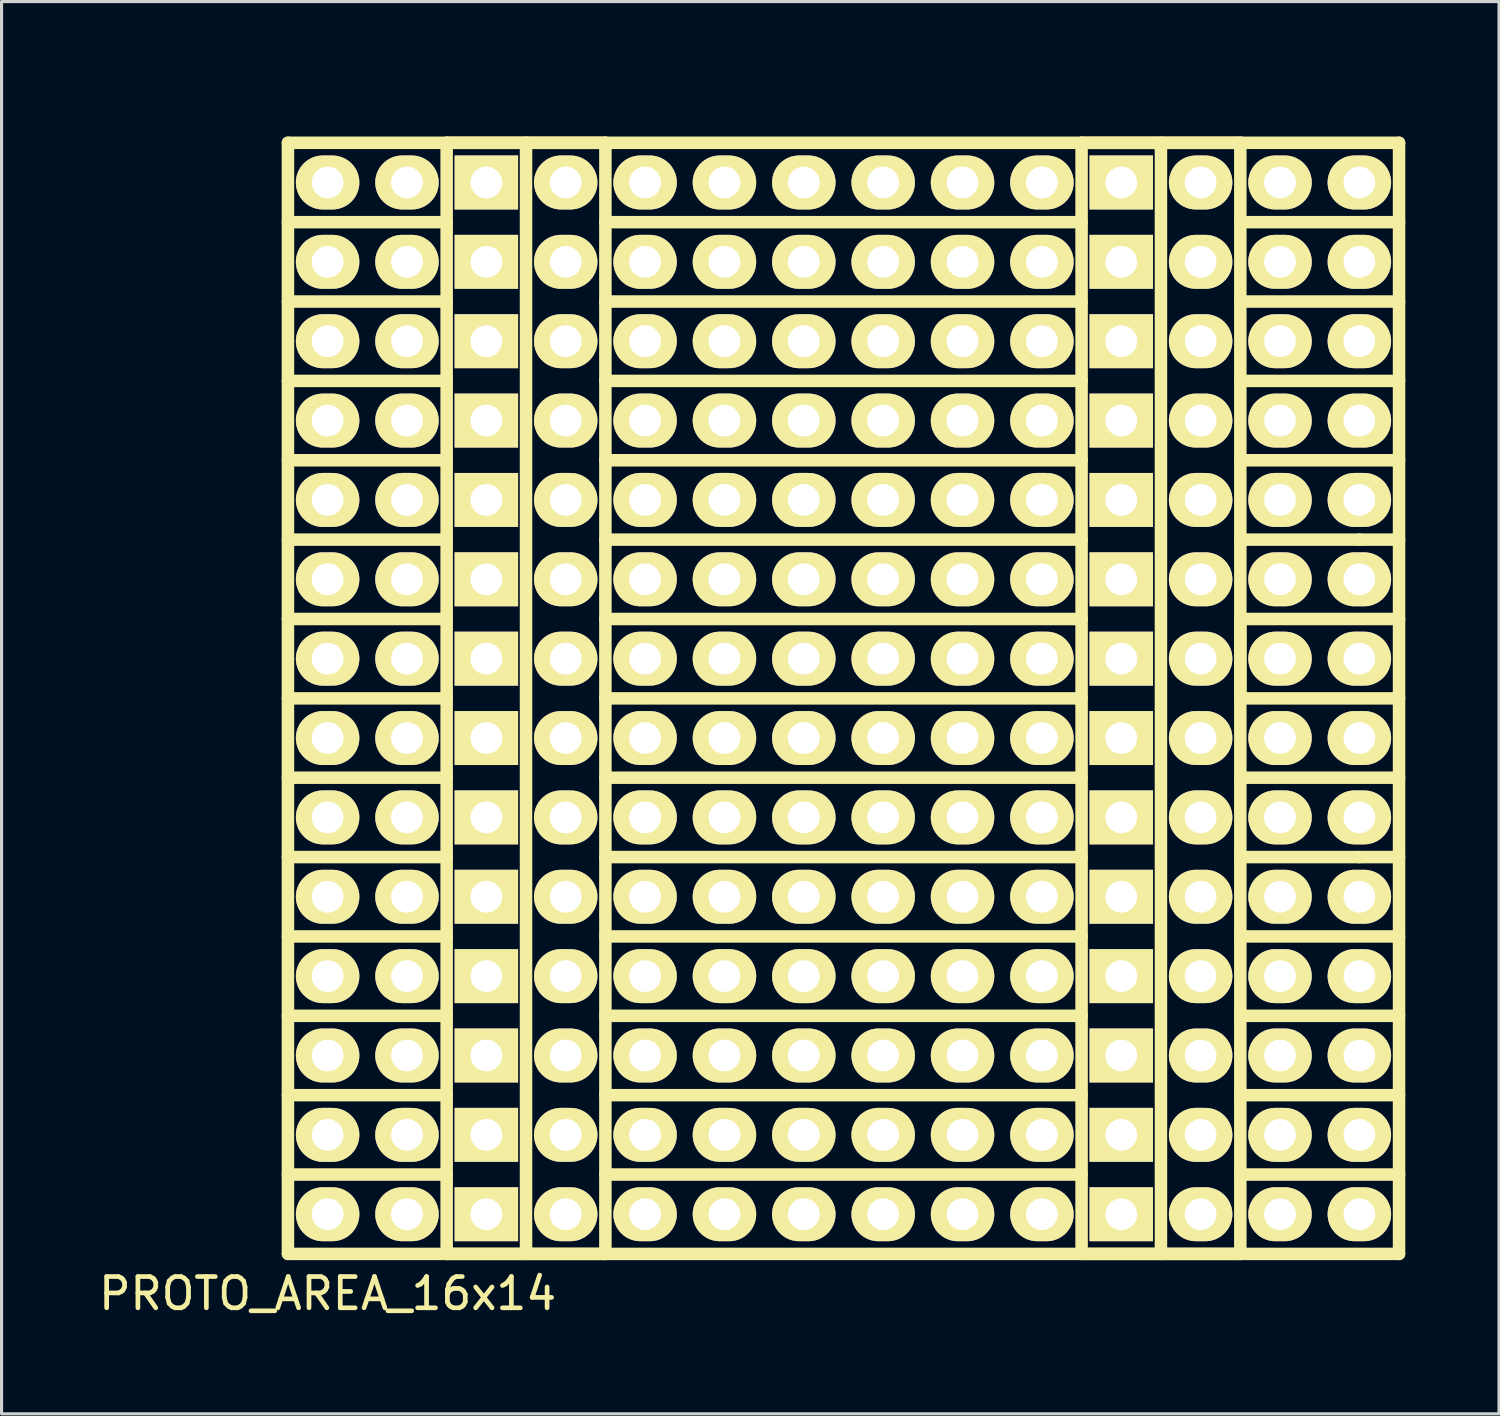
<source format=kicad_pcb>
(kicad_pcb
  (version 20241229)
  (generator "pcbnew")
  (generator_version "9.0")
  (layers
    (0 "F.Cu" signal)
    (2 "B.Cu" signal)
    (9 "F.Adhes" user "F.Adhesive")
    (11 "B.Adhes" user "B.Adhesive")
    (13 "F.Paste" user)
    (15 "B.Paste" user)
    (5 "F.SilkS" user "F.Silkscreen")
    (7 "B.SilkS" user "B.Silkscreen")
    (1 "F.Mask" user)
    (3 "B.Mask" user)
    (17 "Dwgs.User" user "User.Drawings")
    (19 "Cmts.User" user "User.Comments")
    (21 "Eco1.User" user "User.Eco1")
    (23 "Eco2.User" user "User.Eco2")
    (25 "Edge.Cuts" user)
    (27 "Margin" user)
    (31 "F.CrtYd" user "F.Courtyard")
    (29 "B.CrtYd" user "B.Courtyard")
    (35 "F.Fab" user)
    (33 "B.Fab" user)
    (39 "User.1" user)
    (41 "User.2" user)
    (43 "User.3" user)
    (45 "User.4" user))
  (footprint "PROTO_AREA_16x14"
    (layer "F.Cu")
    (at 9.975 0.25)
    (property "Reference" "PROTO_AREA_16x14" (at -2.54 38.1 0) (layer "F.SilkS") (effects (font (size 1 1) (thickness 0.15))))
    (attr through_hole)
    (fp_line (start -3.81 1.27) (end -3.81 36.83) (stroke (width 0.4) (type solid)) (layer "F.SilkS"))
    (fp_line (start -3.81 3.81) (end 1.27 3.81) (stroke (width 0.4) (type solid)) (layer "F.SilkS"))
    (fp_line (start -3.81 6.35) (end 1.27 6.35) (stroke (width 0.4) (type solid)) (layer "F.SilkS"))
    (fp_line (start -3.81 8.89) (end 1.27 8.89) (stroke (width 0.4) (type solid)) (layer "F.SilkS"))
    (fp_line (start -3.81 11.43) (end 1.27 11.43) (stroke (width 0.4) (type solid)) (layer "F.SilkS"))
    (fp_line (start -3.81 13.97) (end 1.27 13.97) (stroke (width 0.4) (type solid)) (layer "F.SilkS"))
    (fp_line (start -3.81 16.51) (end 1.27 16.51) (stroke (width 0.4) (type solid)) (layer "F.SilkS"))
    (fp_line (start -3.81 19.05) (end 1.27 19.05) (stroke (width 0.4) (type solid)) (layer "F.SilkS"))
    (fp_line (start -3.81 21.59) (end 1.27 21.59) (stroke (width 0.4) (type solid)) (layer "F.SilkS"))
    (fp_line (start -3.81 24.13) (end 1.27 24.13) (stroke (width 0.4) (type solid)) (layer "F.SilkS"))
    (fp_line (start -3.81 26.67) (end 1.27 26.67) (stroke (width 0.4) (type solid)) (layer "F.SilkS"))
    (fp_line (start -3.81 29.21) (end 1.27 29.21) (stroke (width 0.4) (type solid)) (layer "F.SilkS"))
    (fp_line (start -3.81 31.75) (end 1.27 31.75) (stroke (width 0.4) (type solid)) (layer "F.SilkS"))
    (fp_line (start -3.81 34.29) (end 1.27 34.29) (stroke (width 0.4) (type solid)) (layer "F.SilkS"))
    (fp_line (start -3.81 36.83) (end 31.75 36.83) (stroke (width 0.4) (type solid)) (layer "F.SilkS"))
    (fp_line (start 1.27 1.27) (end 6.35 1.27) (stroke (width 0.4) (type solid)) (layer "F.SilkS"))
    (fp_line (start 1.27 36.83) (end 1.27 1.27) (stroke (width 0.4) (type solid)) (layer "F.SilkS"))
    (fp_line (start 3.81 1.27) (end 3.81 36.83) (stroke (width 0.4) (type solid)) (layer "F.SilkS"))
    (fp_line (start 6.35 1.27) (end 6.35 36.83) (stroke (width 0.4) (type solid)) (layer "F.SilkS"))
    (fp_line (start 6.35 3.81) (end 21.59 3.81) (stroke (width 0.4) (type solid)) (layer "F.SilkS"))
    (fp_line (start 6.35 6.35) (end 21.59 6.35) (stroke (width 0.4) (type solid)) (layer "F.SilkS"))
    (fp_line (start 6.35 8.89) (end 21.59 8.89) (stroke (width 0.4) (type solid)) (layer "F.SilkS"))
    (fp_line (start 6.35 11.43) (end 21.59 11.43) (stroke (width 0.4) (type solid)) (layer "F.SilkS"))
    (fp_line (start 6.35 13.97) (end 21.59 13.97) (stroke (width 0.4) (type solid)) (layer "F.SilkS"))
    (fp_line (start 6.35 16.51) (end 21.59 16.51) (stroke (width 0.4) (type solid)) (layer "F.SilkS"))
    (fp_line (start 6.35 19.05) (end 21.59 19.05) (stroke (width 0.4) (type solid)) (layer "F.SilkS"))
    (fp_line (start 6.35 21.59) (end 21.59 21.59) (stroke (width 0.4) (type solid)) (layer "F.SilkS"))
    (fp_line (start 6.35 24.13) (end 21.59 24.13) (stroke (width 0.4) (type solid)) (layer "F.SilkS"))
    (fp_line (start 6.35 26.67) (end 21.59 26.67) (stroke (width 0.4) (type solid)) (layer "F.SilkS"))
    (fp_line (start 6.35 29.21) (end 21.59 29.21) (stroke (width 0.4) (type solid)) (layer "F.SilkS"))
    (fp_line (start 6.35 31.75) (end 21.59 31.75) (stroke (width 0.4) (type solid)) (layer "F.SilkS"))
    (fp_line (start 6.35 34.29) (end 21.59 34.29) (stroke (width 0.4) (type solid)) (layer "F.SilkS"))
    (fp_line (start 6.35 36.83) (end 1.27 36.83) (stroke (width 0.4) (type solid)) (layer "F.SilkS"))
    (fp_line (start 21.59 1.27) (end 26.67 1.27) (stroke (width 0.4) (type solid)) (layer "F.SilkS"))
    (fp_line (start 21.59 36.83) (end 21.59 1.27) (stroke (width 0.4) (type solid)) (layer "F.SilkS"))
    (fp_line (start 24.13 1.27) (end 24.13 36.83) (stroke (width 0.4) (type solid)) (layer "F.SilkS"))
    (fp_line (start 26.67 1.27) (end 26.67 36.83) (stroke (width 0.4) (type solid)) (layer "F.SilkS"))
    (fp_line (start 26.67 3.81) (end 31.75 3.81) (stroke (width 0.4) (type solid)) (layer "F.SilkS"))
    (fp_line (start 26.67 6.35) (end 31.75 6.35) (stroke (width 0.4) (type solid)) (layer "F.SilkS"))
    (fp_line (start 26.67 8.89) (end 31.75 8.89) (stroke (width 0.4) (type solid)) (layer "F.SilkS"))
    (fp_line (start 26.67 11.43) (end 31.75 11.43) (stroke (width 0.4) (type solid)) (layer "F.SilkS"))
    (fp_line (start 26.67 13.97) (end 30.48 13.97) (stroke (width 0.4) (type solid)) (layer "F.SilkS"))
    (fp_line (start 26.67 16.51) (end 26.67 19.05) (stroke (width 0.4) (type solid)) (layer "F.SilkS"))
    (fp_line (start 26.67 19.05) (end 31.75 19.05) (stroke (width 0.4) (type solid)) (layer "F.SilkS"))
    (fp_line (start 26.67 24.13) (end 30.48 24.13) (stroke (width 0.4) (type solid)) (layer "F.SilkS"))
    (fp_line (start 26.67 29.21) (end 31.75 29.21) (stroke (width 0.4) (type solid)) (layer "F.SilkS"))
    (fp_line (start 26.67 34.29) (end 31.75 34.29) (stroke (width 0.4) (type solid)) (layer "F.SilkS"))
    (fp_line (start 26.67 36.83) (end 21.59 36.83) (stroke (width 0.4) (type solid)) (layer "F.SilkS"))
    (fp_line (start 30.48 13.97) (end 31.75 13.97) (stroke (width 0.4) (type solid)) (layer "F.SilkS"))
    (fp_line (start 30.48 24.13) (end 31.75 24.13) (stroke (width 0.4) (type solid)) (layer "F.SilkS"))
    (fp_line (start 31.75 1.27) (end -3.81 1.27) (stroke (width 0.4) (type solid)) (layer "F.SilkS"))
    (fp_line (start 31.75 16.51) (end 26.67 16.51) (stroke (width 0.4) (type solid)) (layer "F.SilkS"))
    (fp_line (start 31.75 21.59) (end 26.67 21.59) (stroke (width 0.4) (type solid)) (layer "F.SilkS"))
    (fp_line (start 31.75 26.67) (end 26.67 26.67) (stroke (width 0.4) (type solid)) (layer "F.SilkS"))
    (fp_line (start 31.75 31.75) (end 26.67 31.75) (stroke (width 0.4) (type solid)) (layer "F.SilkS"))
    (fp_line (start 31.75 36.83) (end 31.75 1.27) (stroke (width 0.4) (type solid)) (layer "F.SilkS"))
    (pad "1" thru_hole rect (at 2.54 2.54) (size 2.032 1.727) (drill 1.016) (layers "*.Cu" "*.Mask" "F.SilkS"))
    (pad "1" thru_hole rect (at 2.54 5.08) (size 2.032 1.727) (drill 1.016) (layers "*.Cu" "*.Mask" "F.SilkS"))
    (pad "1" thru_hole rect (at 2.54 7.62) (size 2.032 1.727) (drill 1.016) (layers "*.Cu" "*.Mask" "F.SilkS"))
    (pad "1" thru_hole rect (at 2.54 10.16) (size 2.032 1.727) (drill 1.016) (layers "*.Cu" "*.Mask" "F.SilkS"))
    (pad "1" thru_hole rect (at 2.54 12.7) (size 2.032 1.727) (drill 1.016) (layers "*.Cu" "*.Mask" "F.SilkS"))
    (pad "1" thru_hole rect (at 2.54 15.24) (size 2.032 1.727) (drill 1.016) (layers "*.Cu" "*.Mask" "F.SilkS"))
    (pad "1" thru_hole rect (at 2.54 17.78) (size 2.032 1.727) (drill 1.016) (layers "*.Cu" "*.Mask" "F.SilkS"))
    (pad "1" thru_hole rect (at 2.54 20.32) (size 2.032 1.727) (drill 1.016) (layers "*.Cu" "*.Mask" "F.SilkS"))
    (pad "1" thru_hole rect (at 2.54 22.86) (size 2.032 1.727) (drill 1.016) (layers "*.Cu" "*.Mask" "F.SilkS"))
    (pad "1" thru_hole rect (at 2.54 25.4) (size 2.032 1.727) (drill 1.016) (layers "*.Cu" "*.Mask" "F.SilkS"))
    (pad "1" thru_hole rect (at 2.54 27.94) (size 2.032 1.727) (drill 1.016) (layers "*.Cu" "*.Mask" "F.SilkS"))
    (pad "1" thru_hole rect (at 2.54 30.48) (size 2.032 1.727) (drill 1.016) (layers "*.Cu" "*.Mask" "F.SilkS"))
    (pad "1" thru_hole rect (at 2.54 33.02) (size 2.032 1.727) (drill 1.016) (layers "*.Cu" "*.Mask" "F.SilkS"))
    (pad "1" thru_hole rect (at 2.54 35.56) (size 2.032 1.727) (drill 1.016) (layers "*.Cu" "*.Mask" "F.SilkS"))
    (pad "2" thru_hole oval (at 5.08 2.54) (size 2.032 1.727) (drill 1.016) (layers "*.Cu" "*.Mask" "F.SilkS"))
    (pad "2" thru_hole oval (at 5.08 5.08) (size 2.032 1.727) (drill 1.016) (layers "*.Cu" "*.Mask" "F.SilkS"))
    (pad "2" thru_hole oval (at 5.08 7.62) (size 2.032 1.727) (drill 1.016) (layers "*.Cu" "*.Mask" "F.SilkS"))
    (pad "2" thru_hole oval (at 5.08 10.16) (size 2.032 1.727) (drill 1.016) (layers "*.Cu" "*.Mask" "F.SilkS"))
    (pad "2" thru_hole oval (at 5.08 12.7) (size 2.032 1.727) (drill 1.016) (layers "*.Cu" "*.Mask" "F.SilkS"))
    (pad "2" thru_hole oval (at 5.08 15.24) (size 2.032 1.727) (drill 1.016) (layers "*.Cu" "*.Mask" "F.SilkS"))
    (pad "2" thru_hole oval (at 5.08 17.78) (size 2.032 1.727) (drill 1.016) (layers "*.Cu" "*.Mask" "F.SilkS"))
    (pad "2" thru_hole oval (at 5.08 20.32) (size 2.032 1.727) (drill 1.016) (layers "*.Cu" "*.Mask" "F.SilkS"))
    (pad "2" thru_hole oval (at 5.08 22.86) (size 2.032 1.727) (drill 1.016) (layers "*.Cu" "*.Mask" "F.SilkS"))
    (pad "2" thru_hole oval (at 5.08 25.4) (size 2.032 1.727) (drill 1.016) (layers "*.Cu" "*.Mask" "F.SilkS"))
    (pad "2" thru_hole oval (at 5.08 27.94) (size 2.032 1.727) (drill 1.016) (layers "*.Cu" "*.Mask" "F.SilkS"))
    (pad "2" thru_hole oval (at 5.08 30.48) (size 2.032 1.727) (drill 1.016) (layers "*.Cu" "*.Mask" "F.SilkS"))
    (pad "2" thru_hole oval (at 5.08 33.02) (size 2.032 1.727) (drill 1.016) (layers "*.Cu" "*.Mask" "F.SilkS"))
    (pad "2" thru_hole oval (at 5.08 35.56) (size 2.032 1.727) (drill 1.016) (layers "*.Cu" "*.Mask" "F.SilkS"))
    (pad "3" thru_hole oval (at -2.54 2.54) (size 2.032 1.727) (drill 1.016) (layers "*.Cu" "*.Mask" "F.SilkS"))
    (pad "3" thru_hole oval (at 0 2.54) (size 2.032 1.727) (drill 1.016) (layers "*.Cu" "*.Mask" "F.SilkS"))
    (pad "3" thru_hole oval (at 7.62 2.54) (size 2.032 1.727) (drill 1.016) (layers "*.Cu" "*.Mask" "F.SilkS"))
    (pad "3" thru_hole oval (at 10.16 2.54) (size 2.032 1.727) (drill 1.016) (layers "*.Cu" "*.Mask" "F.SilkS"))
    (pad "3" thru_hole oval (at 12.7 2.54) (size 2.032 1.727) (drill 1.016) (layers "*.Cu" "*.Mask" "F.SilkS"))
    (pad "3" thru_hole oval (at 15.24 2.54) (size 2.032 1.727) (drill 1.016) (layers "*.Cu" "*.Mask" "F.SilkS"))
    (pad "3" thru_hole oval (at 17.78 2.54) (size 2.032 1.727) (drill 1.016) (layers "*.Cu" "*.Mask" "F.SilkS"))
    (pad "3" thru_hole oval (at 20.32 2.54) (size 2.032 1.727) (drill 1.016) (layers "*.Cu" "*.Mask" "F.SilkS"))
    (pad "3" thru_hole oval (at 27.94 2.54) (size 2.032 1.727) (drill 1.016) (layers "*.Cu" "*.Mask" "F.SilkS"))
    (pad "3" thru_hole oval (at 30.48 2.54) (size 2.032 1.727) (drill 1.016) (layers "*.Cu" "*.Mask" "F.SilkS"))
    (pad "4" thru_hole oval (at -2.54 5.08) (size 2.032 1.727) (drill 1.016) (layers "*.Cu" "*.Mask" "F.SilkS"))
    (pad "4" thru_hole oval (at 0 5.08) (size 2.032 1.727) (drill 1.016) (layers "*.Cu" "*.Mask" "F.SilkS"))
    (pad "4" thru_hole oval (at 7.62 5.08) (size 2.032 1.727) (drill 1.016) (layers "*.Cu" "*.Mask" "F.SilkS"))
    (pad "4" thru_hole oval (at 10.16 5.08) (size 2.032 1.727) (drill 1.016) (layers "*.Cu" "*.Mask" "F.SilkS"))
    (pad "4" thru_hole oval (at 12.7 5.08) (size 2.032 1.727) (drill 1.016) (layers "*.Cu" "*.Mask" "F.SilkS"))
    (pad "4" thru_hole oval (at 15.24 5.08) (size 2.032 1.727) (drill 1.016) (layers "*.Cu" "*.Mask" "F.SilkS"))
    (pad "4" thru_hole oval (at 17.78 5.08) (size 2.032 1.727) (drill 1.016) (layers "*.Cu" "*.Mask" "F.SilkS"))
    (pad "4" thru_hole oval (at 20.32 5.08) (size 2.032 1.727) (drill 1.016) (layers "*.Cu" "*.Mask" "F.SilkS"))
    (pad "4" thru_hole oval (at 27.94 5.08) (size 2.032 1.727) (drill 1.016) (layers "*.Cu" "*.Mask" "F.SilkS"))
    (pad "4" thru_hole oval (at 30.48 5.08) (size 2.032 1.727) (drill 1.016) (layers "*.Cu" "*.Mask" "F.SilkS"))
    (pad "5" thru_hole oval (at -2.54 7.62) (size 2.032 1.727) (drill 1.016) (layers "*.Cu" "*.Mask" "F.SilkS"))
    (pad "5" thru_hole oval (at 0 7.62) (size 2.032 1.727) (drill 1.016) (layers "*.Cu" "*.Mask" "F.SilkS"))
    (pad "5" thru_hole oval (at 7.62 7.62) (size 2.032 1.727) (drill 1.016) (layers "*.Cu" "*.Mask" "F.SilkS"))
    (pad "5" thru_hole oval (at 10.16 7.62) (size 2.032 1.727) (drill 1.016) (layers "*.Cu" "*.Mask" "F.SilkS"))
    (pad "5" thru_hole oval (at 12.7 7.62) (size 2.032 1.727) (drill 1.016) (layers "*.Cu" "*.Mask" "F.SilkS"))
    (pad "5" thru_hole oval (at 15.24 7.62) (size 2.032 1.727) (drill 1.016) (layers "*.Cu" "*.Mask" "F.SilkS"))
    (pad "5" thru_hole oval (at 17.78 7.62) (size 2.032 1.727) (drill 1.016) (layers "*.Cu" "*.Mask" "F.SilkS"))
    (pad "5" thru_hole oval (at 20.32 7.62) (size 2.032 1.727) (drill 1.016) (layers "*.Cu" "*.Mask" "F.SilkS"))
    (pad "5" thru_hole oval (at 27.94 7.62) (size 2.032 1.727) (drill 1.016) (layers "*.Cu" "*.Mask" "F.SilkS"))
    (pad "5" thru_hole oval (at 30.48 7.62) (size 2.032 1.727) (drill 1.016) (layers "*.Cu" "*.Mask" "F.SilkS"))
    (pad "6" thru_hole oval (at -2.54 10.16) (size 2.032 1.727) (drill 1.016) (layers "*.Cu" "*.Mask" "F.SilkS"))
    (pad "6" thru_hole oval (at 0 10.16) (size 2.032 1.727) (drill 1.016) (layers "*.Cu" "*.Mask" "F.SilkS"))
    (pad "6" thru_hole oval (at 7.62 10.16) (size 2.032 1.727) (drill 1.016) (layers "*.Cu" "*.Mask" "F.SilkS"))
    (pad "6" thru_hole oval (at 10.16 10.16) (size 2.032 1.727) (drill 1.016) (layers "*.Cu" "*.Mask" "F.SilkS"))
    (pad "6" thru_hole oval (at 12.7 10.16) (size 2.032 1.727) (drill 1.016) (layers "*.Cu" "*.Mask" "F.SilkS"))
    (pad "6" thru_hole oval (at 15.24 10.16) (size 2.032 1.727) (drill 1.016) (layers "*.Cu" "*.Mask" "F.SilkS"))
    (pad "6" thru_hole oval (at 17.78 10.16) (size 2.032 1.727) (drill 1.016) (layers "*.Cu" "*.Mask" "F.SilkS"))
    (pad "6" thru_hole oval (at 20.32 10.16) (size 2.032 1.727) (drill 1.016) (layers "*.Cu" "*.Mask" "F.SilkS"))
    (pad "6" thru_hole oval (at 27.94 10.16) (size 2.032 1.727) (drill 1.016) (layers "*.Cu" "*.Mask" "F.SilkS"))
    (pad "6" thru_hole oval (at 30.48 10.16) (size 2.032 1.727) (drill 1.016) (layers "*.Cu" "*.Mask" "F.SilkS"))
    (pad "7" thru_hole oval (at -2.54 12.7) (size 2.032 1.727) (drill 1.016) (layers "*.Cu" "*.Mask" "F.SilkS"))
    (pad "7" thru_hole oval (at 0 12.7) (size 2.032 1.727) (drill 1.016) (layers "*.Cu" "*.Mask" "F.SilkS"))
    (pad "7" thru_hole oval (at 7.62 12.7) (size 2.032 1.727) (drill 1.016) (layers "*.Cu" "*.Mask" "F.SilkS"))
    (pad "7" thru_hole oval (at 10.16 12.7) (size 2.032 1.727) (drill 1.016) (layers "*.Cu" "*.Mask" "F.SilkS"))
    (pad "7" thru_hole oval (at 12.7 12.7) (size 2.032 1.727) (drill 1.016) (layers "*.Cu" "*.Mask" "F.SilkS"))
    (pad "7" thru_hole oval (at 15.24 12.7) (size 2.032 1.727) (drill 1.016) (layers "*.Cu" "*.Mask" "F.SilkS"))
    (pad "7" thru_hole oval (at 17.78 12.7) (size 2.032 1.727) (drill 1.016) (layers "*.Cu" "*.Mask" "F.SilkS"))
    (pad "7" thru_hole oval (at 20.32 12.7) (size 2.032 1.727) (drill 1.016) (layers "*.Cu" "*.Mask" "F.SilkS"))
    (pad "7" thru_hole oval (at 27.94 12.7) (size 2.032 1.727) (drill 1.016) (layers "*.Cu" "*.Mask" "F.SilkS"))
    (pad "7" thru_hole oval (at 30.48 12.7) (size 2.032 1.727) (drill 1.016) (layers "*.Cu" "*.Mask" "F.SilkS"))
    (pad "8" thru_hole oval (at -2.54 15.24) (size 2.032 1.727) (drill 1.016) (layers "*.Cu" "*.Mask" "F.SilkS"))
    (pad "8" thru_hole oval (at 0 15.24) (size 2.032 1.727) (drill 1.016) (layers "*.Cu" "*.Mask" "F.SilkS"))
    (pad "8" thru_hole oval (at 7.62 15.24) (size 2.032 1.727) (drill 1.016) (layers "*.Cu" "*.Mask" "F.SilkS"))
    (pad "8" thru_hole oval (at 10.16 15.24) (size 2.032 1.727) (drill 1.016) (layers "*.Cu" "*.Mask" "F.SilkS"))
    (pad "8" thru_hole oval (at 12.7 15.24) (size 2.032 1.727) (drill 1.016) (layers "*.Cu" "*.Mask" "F.SilkS"))
    (pad "8" thru_hole oval (at 15.24 15.24) (size 2.032 1.727) (drill 1.016) (layers "*.Cu" "*.Mask" "F.SilkS"))
    (pad "8" thru_hole oval (at 17.78 15.24) (size 2.032 1.727) (drill 1.016) (layers "*.Cu" "*.Mask" "F.SilkS"))
    (pad "8" thru_hole oval (at 20.32 15.24) (size 2.032 1.727) (drill 1.016) (layers "*.Cu" "*.Mask" "F.SilkS"))
    (pad "8" thru_hole oval (at 27.94 15.24) (size 2.032 1.727) (drill 1.016) (layers "*.Cu" "*.Mask" "F.SilkS"))
    (pad "8" thru_hole oval (at 30.48 15.24) (size 2.032 1.727) (drill 1.016) (layers "*.Cu" "*.Mask" "F.SilkS"))
    (pad "9" thru_hole oval (at -2.54 17.78) (size 2.032 1.727) (drill 1.016) (layers "*.Cu" "*.Mask" "F.SilkS"))
    (pad "9" thru_hole oval (at 0 17.78) (size 2.032 1.727) (drill 1.016) (layers "*.Cu" "*.Mask" "F.SilkS"))
    (pad "9" thru_hole oval (at 7.62 17.78) (size 2.032 1.727) (drill 1.016) (layers "*.Cu" "*.Mask" "F.SilkS"))
    (pad "9" thru_hole oval (at 10.16 17.78) (size 2.032 1.727) (drill 1.016) (layers "*.Cu" "*.Mask" "F.SilkS"))
    (pad "9" thru_hole oval (at 12.7 17.78) (size 2.032 1.727) (drill 1.016) (layers "*.Cu" "*.Mask" "F.SilkS"))
    (pad "9" thru_hole oval (at 15.24 17.78) (size 2.032 1.727) (drill 1.016) (layers "*.Cu" "*.Mask" "F.SilkS"))
    (pad "9" thru_hole oval (at 17.78 17.78) (size 2.032 1.727) (drill 1.016) (layers "*.Cu" "*.Mask" "F.SilkS"))
    (pad "9" thru_hole oval (at 20.32 17.78) (size 2.032 1.727) (drill 1.016) (layers "*.Cu" "*.Mask" "F.SilkS"))
    (pad "9" thru_hole oval (at 27.94 17.78) (size 2.032 1.727) (drill 1.016) (layers "*.Cu" "*.Mask" "F.SilkS"))
    (pad "9" thru_hole oval (at 30.48 17.78) (size 2.032 1.727) (drill 1.016) (layers "*.Cu" "*.Mask" "F.SilkS"))
    (pad "10" thru_hole oval (at -2.54 20.32) (size 2.032 1.727) (drill 1.016) (layers "*.Cu" "*.Mask" "F.SilkS"))
    (pad "10" thru_hole oval (at 0 20.32) (size 2.032 1.727) (drill 1.016) (layers "*.Cu" "*.Mask" "F.SilkS"))
    (pad "10" thru_hole oval (at 7.62 20.32) (size 2.032 1.727) (drill 1.016) (layers "*.Cu" "*.Mask" "F.SilkS"))
    (pad "10" thru_hole oval (at 10.16 20.32) (size 2.032 1.727) (drill 1.016) (layers "*.Cu" "*.Mask" "F.SilkS"))
    (pad "10" thru_hole oval (at 12.7 20.32) (size 2.032 1.727) (drill 1.016) (layers "*.Cu" "*.Mask" "F.SilkS"))
    (pad "10" thru_hole oval (at 15.24 20.32) (size 2.032 1.727) (drill 1.016) (layers "*.Cu" "*.Mask" "F.SilkS"))
    (pad "10" thru_hole oval (at 17.78 20.32) (size 2.032 1.727) (drill 1.016) (layers "*.Cu" "*.Mask" "F.SilkS"))
    (pad "10" thru_hole oval (at 20.32 20.32) (size 2.032 1.727) (drill 1.016) (layers "*.Cu" "*.Mask" "F.SilkS"))
    (pad "10" thru_hole oval (at 27.94 20.32) (size 2.032 1.727) (drill 1.016) (layers "*.Cu" "*.Mask" "F.SilkS"))
    (pad "10" thru_hole oval (at 30.48 20.32) (size 2.032 1.727) (drill 1.016) (layers "*.Cu" "*.Mask" "F.SilkS"))
    (pad "11" thru_hole oval (at -2.54 22.86) (size 2.032 1.727) (drill 1.016) (layers "*.Cu" "*.Mask" "F.SilkS"))
    (pad "11" thru_hole oval (at 0 22.86) (size 2.032 1.727) (drill 1.016) (layers "*.Cu" "*.Mask" "F.SilkS"))
    (pad "11" thru_hole oval (at 7.62 22.86) (size 2.032 1.727) (drill 1.016) (layers "*.Cu" "*.Mask" "F.SilkS"))
    (pad "11" thru_hole oval (at 10.16 22.86) (size 2.032 1.727) (drill 1.016) (layers "*.Cu" "*.Mask" "F.SilkS"))
    (pad "11" thru_hole oval (at 12.7 22.86) (size 2.032 1.727) (drill 1.016) (layers "*.Cu" "*.Mask" "F.SilkS"))
    (pad "11" thru_hole oval (at 15.24 22.86) (size 2.032 1.727) (drill 1.016) (layers "*.Cu" "*.Mask" "F.SilkS"))
    (pad "11" thru_hole oval (at 17.78 22.86) (size 2.032 1.727) (drill 1.016) (layers "*.Cu" "*.Mask" "F.SilkS"))
    (pad "11" thru_hole oval (at 20.32 22.86) (size 2.032 1.727) (drill 1.016) (layers "*.Cu" "*.Mask" "F.SilkS"))
    (pad "11" thru_hole oval (at 27.94 22.86) (size 2.032 1.727) (drill 1.016) (layers "*.Cu" "*.Mask" "F.SilkS"))
    (pad "11" thru_hole oval (at 30.48 22.86) (size 2.032 1.727) (drill 1.016) (layers "*.Cu" "*.Mask" "F.SilkS"))
    (pad "12" thru_hole oval (at -2.54 25.4) (size 2.032 1.727) (drill 1.016) (layers "*.Cu" "*.Mask" "F.SilkS"))
    (pad "12" thru_hole oval (at 0 25.4) (size 2.032 1.727) (drill 1.016) (layers "*.Cu" "*.Mask" "F.SilkS"))
    (pad "12" thru_hole oval (at 7.62 25.4) (size 2.032 1.727) (drill 1.016) (layers "*.Cu" "*.Mask" "F.SilkS"))
    (pad "12" thru_hole oval (at 10.16 25.4) (size 2.032 1.727) (drill 1.016) (layers "*.Cu" "*.Mask" "F.SilkS"))
    (pad "12" thru_hole oval (at 12.7 25.4) (size 2.032 1.727) (drill 1.016) (layers "*.Cu" "*.Mask" "F.SilkS"))
    (pad "12" thru_hole oval (at 15.24 25.4) (size 2.032 1.727) (drill 1.016) (layers "*.Cu" "*.Mask" "F.SilkS"))
    (pad "12" thru_hole oval (at 17.78 25.4) (size 2.032 1.727) (drill 1.016) (layers "*.Cu" "*.Mask" "F.SilkS"))
    (pad "12" thru_hole oval (at 20.32 25.4) (size 2.032 1.727) (drill 1.016) (layers "*.Cu" "*.Mask" "F.SilkS"))
    (pad "12" thru_hole oval (at 27.94 25.4) (size 2.032 1.727) (drill 1.016) (layers "*.Cu" "*.Mask" "F.SilkS"))
    (pad "12" thru_hole oval (at 30.48 25.4) (size 2.032 1.727) (drill 1.016) (layers "*.Cu" "*.Mask" "F.SilkS"))
    (pad "13" thru_hole oval (at -2.54 27.94 180) (size 2.032 1.727) (drill 1.016) (layers "*.Cu" "*.Mask" "F.SilkS"))
    (pad "13" thru_hole oval (at 0 27.94 180) (size 2.032 1.727) (drill 1.016) (layers "*.Cu" "*.Mask" "F.SilkS"))
    (pad "13" thru_hole oval (at 7.62 27.94 180) (size 2.032 1.727) (drill 1.016) (layers "*.Cu" "*.Mask" "F.SilkS"))
    (pad "13" thru_hole oval (at 10.16 27.94 180) (size 2.032 1.727) (drill 1.016) (layers "*.Cu" "*.Mask" "F.SilkS"))
    (pad "13" thru_hole oval (at 12.7 27.94 180) (size 2.032 1.727) (drill 1.016) (layers "*.Cu" "*.Mask" "F.SilkS"))
    (pad "13" thru_hole oval (at 15.24 27.94 180) (size 2.032 1.727) (drill 1.016) (layers "*.Cu" "*.Mask" "F.SilkS"))
    (pad "13" thru_hole oval (at 17.78 27.94 180) (size 2.032 1.727) (drill 1.016) (layers "*.Cu" "*.Mask" "F.SilkS"))
    (pad "13" thru_hole oval (at 20.32 27.94 180) (size 2.032 1.727) (drill 1.016) (layers "*.Cu" "*.Mask" "F.SilkS"))
    (pad "13" thru_hole oval (at 27.94 27.94 180) (size 2.032 1.727) (drill 1.016) (layers "*.Cu" "*.Mask" "F.SilkS"))
    (pad "13" thru_hole oval (at 30.48 27.94 180) (size 2.032 1.727) (drill 1.016) (layers "*.Cu" "*.Mask" "F.SilkS"))
    (pad "14" thru_hole oval (at -2.54 30.48 180) (size 2.032 1.727) (drill 1.016) (layers "*.Cu" "*.Mask" "F.SilkS"))
    (pad "14" thru_hole oval (at 0 30.48 180) (size 2.032 1.727) (drill 1.016) (layers "*.Cu" "*.Mask" "F.SilkS"))
    (pad "14" thru_hole oval (at 7.62 30.48 180) (size 2.032 1.727) (drill 1.016) (layers "*.Cu" "*.Mask" "F.SilkS"))
    (pad "14" thru_hole oval (at 10.16 30.48 180) (size 2.032 1.727) (drill 1.016) (layers "*.Cu" "*.Mask" "F.SilkS"))
    (pad "14" thru_hole oval (at 12.7 30.48 180) (size 2.032 1.727) (drill 1.016) (layers "*.Cu" "*.Mask" "F.SilkS"))
    (pad "14" thru_hole oval (at 15.24 30.48 180) (size 2.032 1.727) (drill 1.016) (layers "*.Cu" "*.Mask" "F.SilkS"))
    (pad "14" thru_hole oval (at 17.78 30.48 180) (size 2.032 1.727) (drill 1.016) (layers "*.Cu" "*.Mask" "F.SilkS"))
    (pad "14" thru_hole oval (at 20.32 30.48 180) (size 2.032 1.727) (drill 1.016) (layers "*.Cu" "*.Mask" "F.SilkS"))
    (pad "14" thru_hole oval (at 27.94 30.48 180) (size 2.032 1.727) (drill 1.016) (layers "*.Cu" "*.Mask" "F.SilkS"))
    (pad "14" thru_hole oval (at 30.48 30.48 180) (size 2.032 1.727) (drill 1.016) (layers "*.Cu" "*.Mask" "F.SilkS"))
    (pad "15" thru_hole oval (at -2.54 33.02 180) (size 2.032 1.727) (drill 1.016) (layers "*.Cu" "*.Mask" "F.SilkS"))
    (pad "15" thru_hole oval (at 0 33.02 180) (size 2.032 1.727) (drill 1.016) (layers "*.Cu" "*.Mask" "F.SilkS"))
    (pad "15" thru_hole oval (at 7.62 33.02 180) (size 2.032 1.727) (drill 1.016) (layers "*.Cu" "*.Mask" "F.SilkS"))
    (pad "15" thru_hole oval (at 10.16 33.02 180) (size 2.032 1.727) (drill 1.016) (layers "*.Cu" "*.Mask" "F.SilkS"))
    (pad "15" thru_hole oval (at 12.7 33.02 180) (size 2.032 1.727) (drill 1.016) (layers "*.Cu" "*.Mask" "F.SilkS"))
    (pad "15" thru_hole oval (at 15.24 33.02 180) (size 2.032 1.727) (drill 1.016) (layers "*.Cu" "*.Mask" "F.SilkS"))
    (pad "15" thru_hole oval (at 17.78 33.02 180) (size 2.032 1.727) (drill 1.016) (layers "*.Cu" "*.Mask" "F.SilkS"))
    (pad "15" thru_hole oval (at 20.32 33.02 180) (size 2.032 1.727) (drill 1.016) (layers "*.Cu" "*.Mask" "F.SilkS"))
    (pad "15" thru_hole oval (at 27.94 33.02 180) (size 2.032 1.727) (drill 1.016) (layers "*.Cu" "*.Mask" "F.SilkS"))
    (pad "15" thru_hole oval (at 30.48 33.02 180) (size 2.032 1.727) (drill 1.016) (layers "*.Cu" "*.Mask" "F.SilkS"))
    (pad "16" thru_hole oval (at -2.54 35.56 180) (size 2.032 1.727) (drill 1.016) (layers "*.Cu" "*.Mask" "F.SilkS"))
    (pad "16" thru_hole oval (at 0 35.56 180) (size 2.032 1.727) (drill 1.016) (layers "*.Cu" "*.Mask" "F.SilkS"))
    (pad "16" thru_hole oval (at 7.62 35.56 180) (size 2.032 1.727) (drill 1.016) (layers "*.Cu" "*.Mask" "F.SilkS"))
    (pad "16" thru_hole oval (at 10.16 35.56 180) (size 2.032 1.727) (drill 1.016) (layers "*.Cu" "*.Mask" "F.SilkS"))
    (pad "16" thru_hole oval (at 12.7 35.56 180) (size 2.032 1.727) (drill 1.016) (layers "*.Cu" "*.Mask" "F.SilkS"))
    (pad "16" thru_hole oval (at 15.24 35.56 180) (size 2.032 1.727) (drill 1.016) (layers "*.Cu" "*.Mask" "F.SilkS"))
    (pad "16" thru_hole oval (at 17.78 35.56 180) (size 2.032 1.727) (drill 1.016) (layers "*.Cu" "*.Mask" "F.SilkS"))
    (pad "16" thru_hole oval (at 20.32 35.56 180) (size 2.032 1.727) (drill 1.016) (layers "*.Cu" "*.Mask" "F.SilkS"))
    (pad "16" thru_hole oval (at 27.94 35.56 180) (size 2.032 1.727) (drill 1.016) (layers "*.Cu" "*.Mask" "F.SilkS"))
    (pad "16" thru_hole oval (at 30.48 35.56 180) (size 2.032 1.727) (drill 1.016) (layers "*.Cu" "*.Mask" "F.SilkS"))
    (pad "17" thru_hole rect (at 22.86 2.54) (size 2.032 1.727) (drill 1.016) (layers "*.Cu" "*.Mask" "F.SilkS"))
    (pad "17" thru_hole rect (at 22.86 5.08) (size 2.032 1.727) (drill 1.016) (layers "*.Cu" "*.Mask" "F.SilkS"))
    (pad "17" thru_hole rect (at 22.86 7.62) (size 2.032 1.727) (drill 1.016) (layers "*.Cu" "*.Mask" "F.SilkS"))
    (pad "17" thru_hole rect (at 22.86 10.16) (size 2.032 1.727) (drill 1.016) (layers "*.Cu" "*.Mask" "F.SilkS"))
    (pad "17" thru_hole rect (at 22.86 12.7) (size 2.032 1.727) (drill 1.016) (layers "*.Cu" "*.Mask" "F.SilkS"))
    (pad "17" thru_hole rect (at 22.86 15.24) (size 2.032 1.727) (drill 1.016) (layers "*.Cu" "*.Mask" "F.SilkS"))
    (pad "17" thru_hole rect (at 22.86 17.78) (size 2.032 1.727) (drill 1.016) (layers "*.Cu" "*.Mask" "F.SilkS"))
    (pad "17" thru_hole rect (at 22.86 20.32) (size 2.032 1.727) (drill 1.016) (layers "*.Cu" "*.Mask" "F.SilkS"))
    (pad "17" thru_hole rect (at 22.86 22.86) (size 2.032 1.727) (drill 1.016) (layers "*.Cu" "*.Mask" "F.SilkS"))
    (pad "17" thru_hole rect (at 22.86 25.4) (size 2.032 1.727) (drill 1.016) (layers "*.Cu" "*.Mask" "F.SilkS"))
    (pad "17" thru_hole rect (at 22.86 27.94) (size 2.032 1.727) (drill 1.016) (layers "*.Cu" "*.Mask" "F.SilkS"))
    (pad "17" thru_hole rect (at 22.86 30.48) (size 2.032 1.727) (drill 1.016) (layers "*.Cu" "*.Mask" "F.SilkS"))
    (pad "17" thru_hole rect (at 22.86 33.02) (size 2.032 1.727) (drill 1.016) (layers "*.Cu" "*.Mask" "F.SilkS"))
    (pad "17" thru_hole rect (at 22.86 35.56) (size 2.032 1.727) (drill 1.016) (layers "*.Cu" "*.Mask" "F.SilkS"))
    (pad "18" thru_hole oval (at 25.4 2.54) (size 2.032 1.727) (drill 1.016) (layers "*.Cu" "*.Mask" "F.SilkS"))
    (pad "18" thru_hole oval (at 25.4 5.08) (size 2.032 1.727) (drill 1.016) (layers "*.Cu" "*.Mask" "F.SilkS"))
    (pad "18" thru_hole oval (at 25.4 7.62) (size 2.032 1.727) (drill 1.016) (layers "*.Cu" "*.Mask" "F.SilkS"))
    (pad "18" thru_hole oval (at 25.4 10.16) (size 2.032 1.727) (drill 1.016) (layers "*.Cu" "*.Mask" "F.SilkS"))
    (pad "18" thru_hole oval (at 25.4 12.7) (size 2.032 1.727) (drill 1.016) (layers "*.Cu" "*.Mask" "F.SilkS"))
    (pad "18" thru_hole oval (at 25.4 15.24) (size 2.032 1.727) (drill 1.016) (layers "*.Cu" "*.Mask" "F.SilkS"))
    (pad "18" thru_hole oval (at 25.4 17.78) (size 2.032 1.727) (drill 1.016) (layers "*.Cu" "*.Mask" "F.SilkS"))
    (pad "18" thru_hole oval (at 25.4 20.32) (size 2.032 1.727) (drill 1.016) (layers "*.Cu" "*.Mask" "F.SilkS"))
    (pad "18" thru_hole oval (at 25.4 22.86) (size 2.032 1.727) (drill 1.016) (layers "*.Cu" "*.Mask" "F.SilkS"))
    (pad "18" thru_hole oval (at 25.4 25.4) (size 2.032 1.727) (drill 1.016) (layers "*.Cu" "*.Mask" "F.SilkS"))
    (pad "18" thru_hole oval (at 25.4 27.94) (size 2.032 1.727) (drill 1.016) (layers "*.Cu" "*.Mask" "F.SilkS"))
    (pad "18" thru_hole oval (at 25.4 30.48) (size 2.032 1.727) (drill 1.016) (layers "*.Cu" "*.Mask" "F.SilkS"))
    (pad "18" thru_hole oval (at 25.4 33.02) (size 2.032 1.727) (drill 1.016) (layers "*.Cu" "*.Mask" "F.SilkS"))
    (pad "18" thru_hole oval (at 25.4 35.56) (size 2.032 1.727) (drill 1.016) (layers "*.Cu" "*.Mask" "F.SilkS")))
  (gr_rect
    (start -3 -3)
    (end 44.925 42.198)
    (stroke (width 0.1) (type default))
    (fill no)
    (layer "Edge.Cuts")))
</source>
